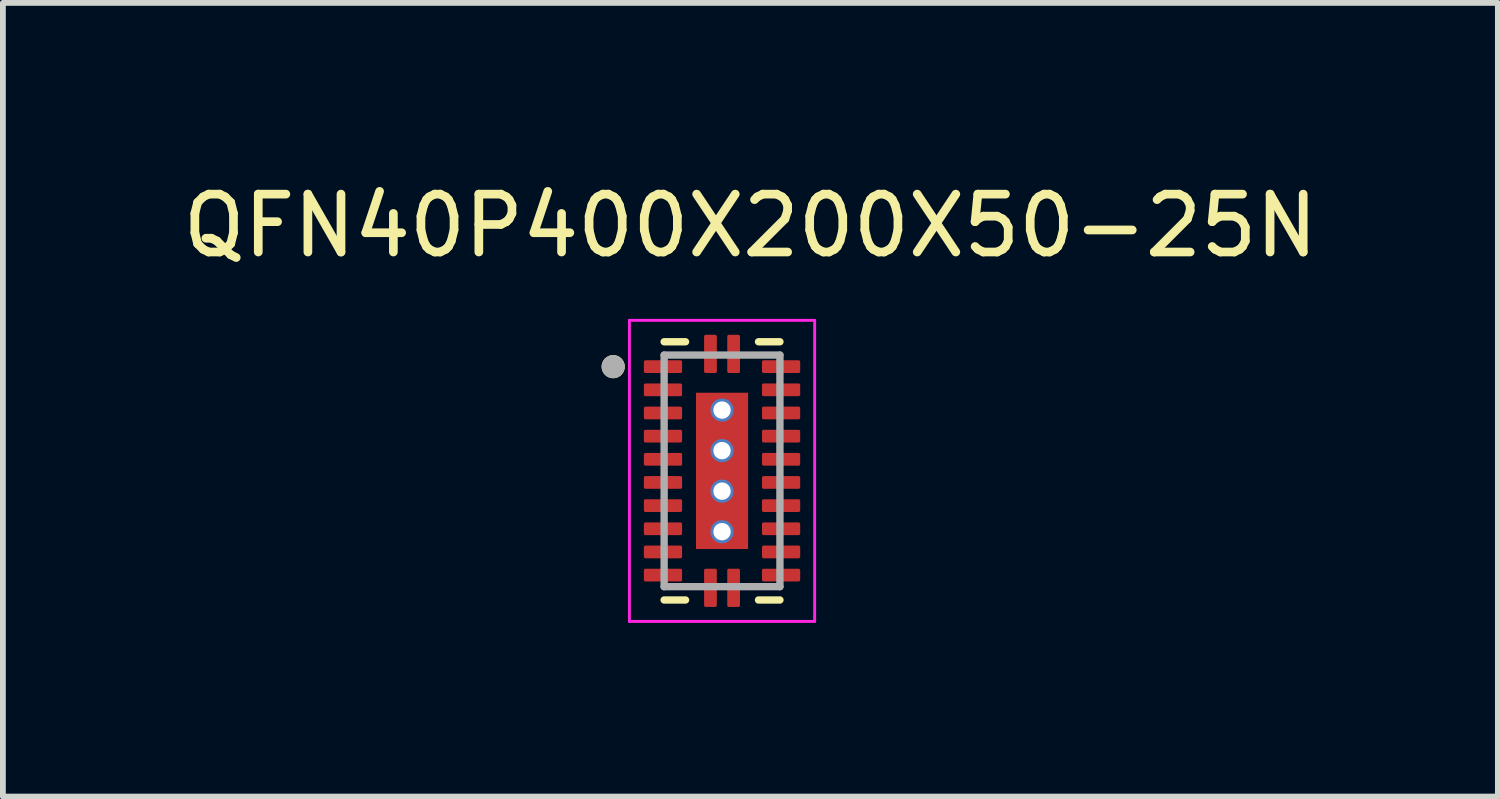
<source format=kicad_pcb>
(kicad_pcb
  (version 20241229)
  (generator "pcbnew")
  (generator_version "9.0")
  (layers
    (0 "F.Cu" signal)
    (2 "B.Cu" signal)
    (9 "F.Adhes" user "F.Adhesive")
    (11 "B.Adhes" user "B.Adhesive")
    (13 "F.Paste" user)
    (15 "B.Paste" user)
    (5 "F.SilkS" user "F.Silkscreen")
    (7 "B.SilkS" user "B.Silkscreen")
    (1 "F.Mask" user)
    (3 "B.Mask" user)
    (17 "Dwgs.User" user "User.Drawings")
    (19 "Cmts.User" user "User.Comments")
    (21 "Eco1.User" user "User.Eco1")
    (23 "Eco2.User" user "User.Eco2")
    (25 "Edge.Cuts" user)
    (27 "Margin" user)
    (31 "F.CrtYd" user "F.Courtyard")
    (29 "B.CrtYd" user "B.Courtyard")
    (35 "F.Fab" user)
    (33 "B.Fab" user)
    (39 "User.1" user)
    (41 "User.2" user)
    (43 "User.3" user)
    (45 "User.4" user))
  (footprint "QFN40P400X200X50-25N"
    (layer "F.Cu")
    (at 9.421 5.083)
    (property "Reference" "QFN40P400X200X50-25N" (at 0.49 -4.235 0) (layer "F.SilkS") (effects (font (size 1 1) (thickness 0.15))))
    (attr smd)
    (fp_line (start -1 -2.23) (end -0.63 -2.23) (stroke (width 0.127) (type solid)) (layer "F.SilkS"))
    (fp_line (start -1 2.23) (end -0.63 2.23) (stroke (width 0.127) (type solid)) (layer "F.SilkS"))
    (fp_line (start 1 -2.23) (end 0.63 -2.23) (stroke (width 0.127) (type solid)) (layer "F.SilkS"))
    (fp_line (start 1 2.23) (end 0.63 2.23) (stroke (width 0.127) (type solid)) (layer "F.SilkS"))
    (fp_circle (center -1.88 -1.8) (end -1.78 -1.8) (stroke (width 0.2) (type solid)) (fill no) (layer "F.SilkS"))
    (fp_poly (pts (xy -0.375 -1.275) (xy -0.075 -1.275) (xy -0.075 -0.975) (xy -0.375 -0.975)) (stroke (width 0.01) (type solid)) (fill yes) (layer "F.Paste"))
    (fp_poly (pts (xy -0.375 -0.825) (xy -0.075 -0.825) (xy -0.075 -0.525) (xy -0.375 -0.525)) (stroke (width 0.01) (type solid)) (fill yes) (layer "F.Paste"))
    (fp_poly (pts (xy -0.375 -0.375) (xy -0.075 -0.375) (xy -0.075 -0.075) (xy -0.375 -0.075)) (stroke (width 0.01) (type solid)) (fill yes) (layer "F.Paste"))
    (fp_poly (pts (xy -0.375 0.075) (xy -0.075 0.075) (xy -0.075 0.375) (xy -0.375 0.375)) (stroke (width 0.01) (type solid)) (fill yes) (layer "F.Paste"))
    (fp_poly (pts (xy -0.375 0.525) (xy -0.075 0.525) (xy -0.075 0.825) (xy -0.375 0.825)) (stroke (width 0.01) (type solid)) (fill yes) (layer "F.Paste"))
    (fp_poly (pts (xy -0.375 0.975) (xy -0.075 0.975) (xy -0.075 1.275) (xy -0.375 1.275)) (stroke (width 0.01) (type solid)) (fill yes) (layer "F.Paste"))
    (fp_poly (pts (xy 0.075 -1.275) (xy 0.375 -1.275) (xy 0.375 -0.975) (xy 0.075 -0.975)) (stroke (width 0.01) (type solid)) (fill yes) (layer "F.Paste"))
    (fp_poly (pts (xy 0.075 -0.825) (xy 0.375 -0.825) (xy 0.375 -0.525) (xy 0.075 -0.525)) (stroke (width 0.01) (type solid)) (fill yes) (layer "F.Paste"))
    (fp_poly (pts (xy 0.075 -0.375) (xy 0.375 -0.375) (xy 0.375 -0.075) (xy 0.075 -0.075)) (stroke (width 0.01) (type solid)) (fill yes) (layer "F.Paste"))
    (fp_poly (pts (xy 0.075 0.075) (xy 0.375 0.075) (xy 0.375 0.375) (xy 0.075 0.375)) (stroke (width 0.01) (type solid)) (fill yes) (layer "F.Paste"))
    (fp_poly (pts (xy 0.075 0.525) (xy 0.375 0.525) (xy 0.375 0.825) (xy 0.075 0.825)) (stroke (width 0.01) (type solid)) (fill yes) (layer "F.Paste"))
    (fp_poly (pts (xy 0.075 0.975) (xy 0.375 0.975) (xy 0.375 1.275) (xy 0.075 1.275)) (stroke (width 0.01) (type solid)) (fill yes) (layer "F.Paste"))
    (fp_line (start -1.6 -2.6) (end 1.6 -2.6) (stroke (width 0.05) (type solid)) (layer "F.CrtYd"))
    (fp_line (start -1.6 2.6) (end -1.6 -2.6) (stroke (width 0.05) (type solid)) (layer "F.CrtYd"))
    (fp_line (start -1.6 2.6) (end 1.6 2.6) (stroke (width 0.05) (type solid)) (layer "F.CrtYd"))
    (fp_line (start 1.6 2.6) (end 1.6 -2.6) (stroke (width 0.05) (type solid)) (layer "F.CrtYd"))
    (fp_line (start -1 2) (end -1 -2) (stroke (width 0.127) (type solid)) (layer "F.Fab"))
    (fp_line (start 1 -2) (end -1 -2) (stroke (width 0.127) (type solid)) (layer "F.Fab"))
    (fp_line (start 1 2) (end -1 2) (stroke (width 0.127) (type solid)) (layer "F.Fab"))
    (fp_line (start 1 2) (end 1 -2) (stroke (width 0.127) (type solid)) (layer "F.Fab"))
    (fp_circle (center -1.88 -1.8) (end -1.78 -1.8) (stroke (width 0.2) (type solid)) (fill no) (layer "F.Fab"))
    (pad "1" smd roundrect (at -1.02 -1.8) (size 0.66 0.22) (layers "F.Cu" "F.Mask" "F.Paste") (roundrect_rratio 0.125))
    (pad "2" smd roundrect (at -1.02 -1.4) (size 0.66 0.22) (layers "F.Cu" "F.Mask" "F.Paste") (roundrect_rratio 0.125))
    (pad "3" smd roundrect (at -1.02 -1) (size 0.66 0.22) (layers "F.Cu" "F.Mask" "F.Paste") (roundrect_rratio 0.125))
    (pad "4" smd roundrect (at -1.02 -0.6) (size 0.66 0.22) (layers "F.Cu" "F.Paste") (roundrect_rratio 0.125))
    (pad "5" smd roundrect (at -1.02 -0.2) (size 0.66 0.22) (layers "F.Cu" "F.Paste") (roundrect_rratio 0.125))
    (pad "6" smd roundrect (at -1.02 0.2) (size 0.66 0.22) (layers "F.Cu" "F.Paste") (roundrect_rratio 0.125))
    (pad "7" smd roundrect (at -1.02 0.6) (size 0.66 0.22) (layers "F.Cu" "F.Mask" "F.Paste") (roundrect_rratio 0.125))
    (pad "8" smd roundrect (at -1.02 1) (size 0.66 0.22) (layers "F.Cu" "F.Mask" "F.Paste") (roundrect_rratio 0.125))
    (pad "9" smd roundrect (at -1.02 1.4) (size 0.66 0.22) (layers "F.Cu" "F.Mask" "F.Paste") (roundrect_rratio 0.125))
    (pad "10" smd roundrect (at -1.02 1.8) (size 0.66 0.22) (layers "F.Cu" "F.Mask" "F.Paste") (roundrect_rratio 0.125))
    (pad "11" smd roundrect (at -0.2 2.02) (size 0.22 0.66) (layers "F.Cu" "F.Mask" "F.Paste") (roundrect_rratio 0.125))
    (pad "12" smd roundrect (at 0.2 2.02) (size 0.22 0.66) (layers "F.Cu" "F.Mask" "F.Paste") (roundrect_rratio 0.125))
    (pad "13" smd roundrect (at 1.02 1.8) (size 0.66 0.22) (layers "F.Cu" "F.Mask" "F.Paste") (roundrect_rratio 0.125))
    (pad "14" smd roundrect (at 1.02 1.4) (size 0.66 0.22) (layers "F.Cu" "F.Mask" "F.Paste") (roundrect_rratio 0.125))
    (pad "15" smd roundrect (at 1.02 1) (size 0.66 0.22) (layers "F.Cu" "F.Mask" "F.Paste") (roundrect_rratio 0.125))
    (pad "16" smd roundrect (at 1.02 0.6) (size 0.66 0.22) (layers "F.Cu" "F.Mask" "F.Paste") (roundrect_rratio 0.125))
    (pad "17" smd roundrect (at 1.02 0.2) (size 0.66 0.22) (layers "F.Cu" "F.Mask" "F.Paste") (roundrect_rratio 0.125))
    (pad "18" smd roundrect (at 1.02 -0.2) (size 0.66 0.22) (layers "F.Cu" "F.Mask" "F.Paste") (roundrect_rratio 0.125))
    (pad "19" smd roundrect (at 1.02 -0.6) (size 0.66 0.22) (layers "F.Cu" "F.Mask" "F.Paste") (roundrect_rratio 0.125))
    (pad "20" smd roundrect (at 1.02 -1) (size 0.66 0.22) (layers "F.Cu" "F.Mask" "F.Paste") (roundrect_rratio 0.125))
    (pad "21" smd roundrect (at 1.02 -1.4) (size 0.66 0.22) (layers "F.Cu" "F.Mask" "F.Paste") (roundrect_rratio 0.125))
    (pad "22" smd roundrect (at 1.02 -1.8) (size 0.66 0.22) (layers "F.Cu" "F.Mask" "F.Paste") (roundrect_rratio 0.125))
    (pad "23" smd roundrect (at 0.2 -2.02) (size 0.22 0.66) (layers "F.Cu" "F.Mask" "F.Paste") (roundrect_rratio 0.125))
    (pad "24" smd roundrect (at -0.2 -2.02) (size 0.22 0.66) (layers "F.Cu" "F.Mask" "F.Paste") (roundrect_rratio 0.125))
    (pad "25" smd rect (at 0 0) (size 0.9 2.7) (layers "F.Cu" "F.Mask"))
    (pad "26" thru_hole circle (at 0 -1.05) (size 0.4 0.4) (drill 0.3) (layers "*.Cu"))
    (pad "27" thru_hole circle (at 0 -0.35) (size 0.4 0.4) (drill 0.3) (layers "*.Cu"))
    (pad "28" thru_hole circle (at 0 0.35) (size 0.4 0.4) (drill 0.3) (layers "*.Cu"))
    (pad "29" thru_hole circle (at 0 1.05) (size 0.4 0.4) (drill 0.3) (layers "*.Cu")))
  (gr_rect
    (start -3 -3)
    (end 22.821 10.708)
    (stroke (width 0.1) (type default))
    (fill no)
    (layer "Edge.Cuts")))
</source>
